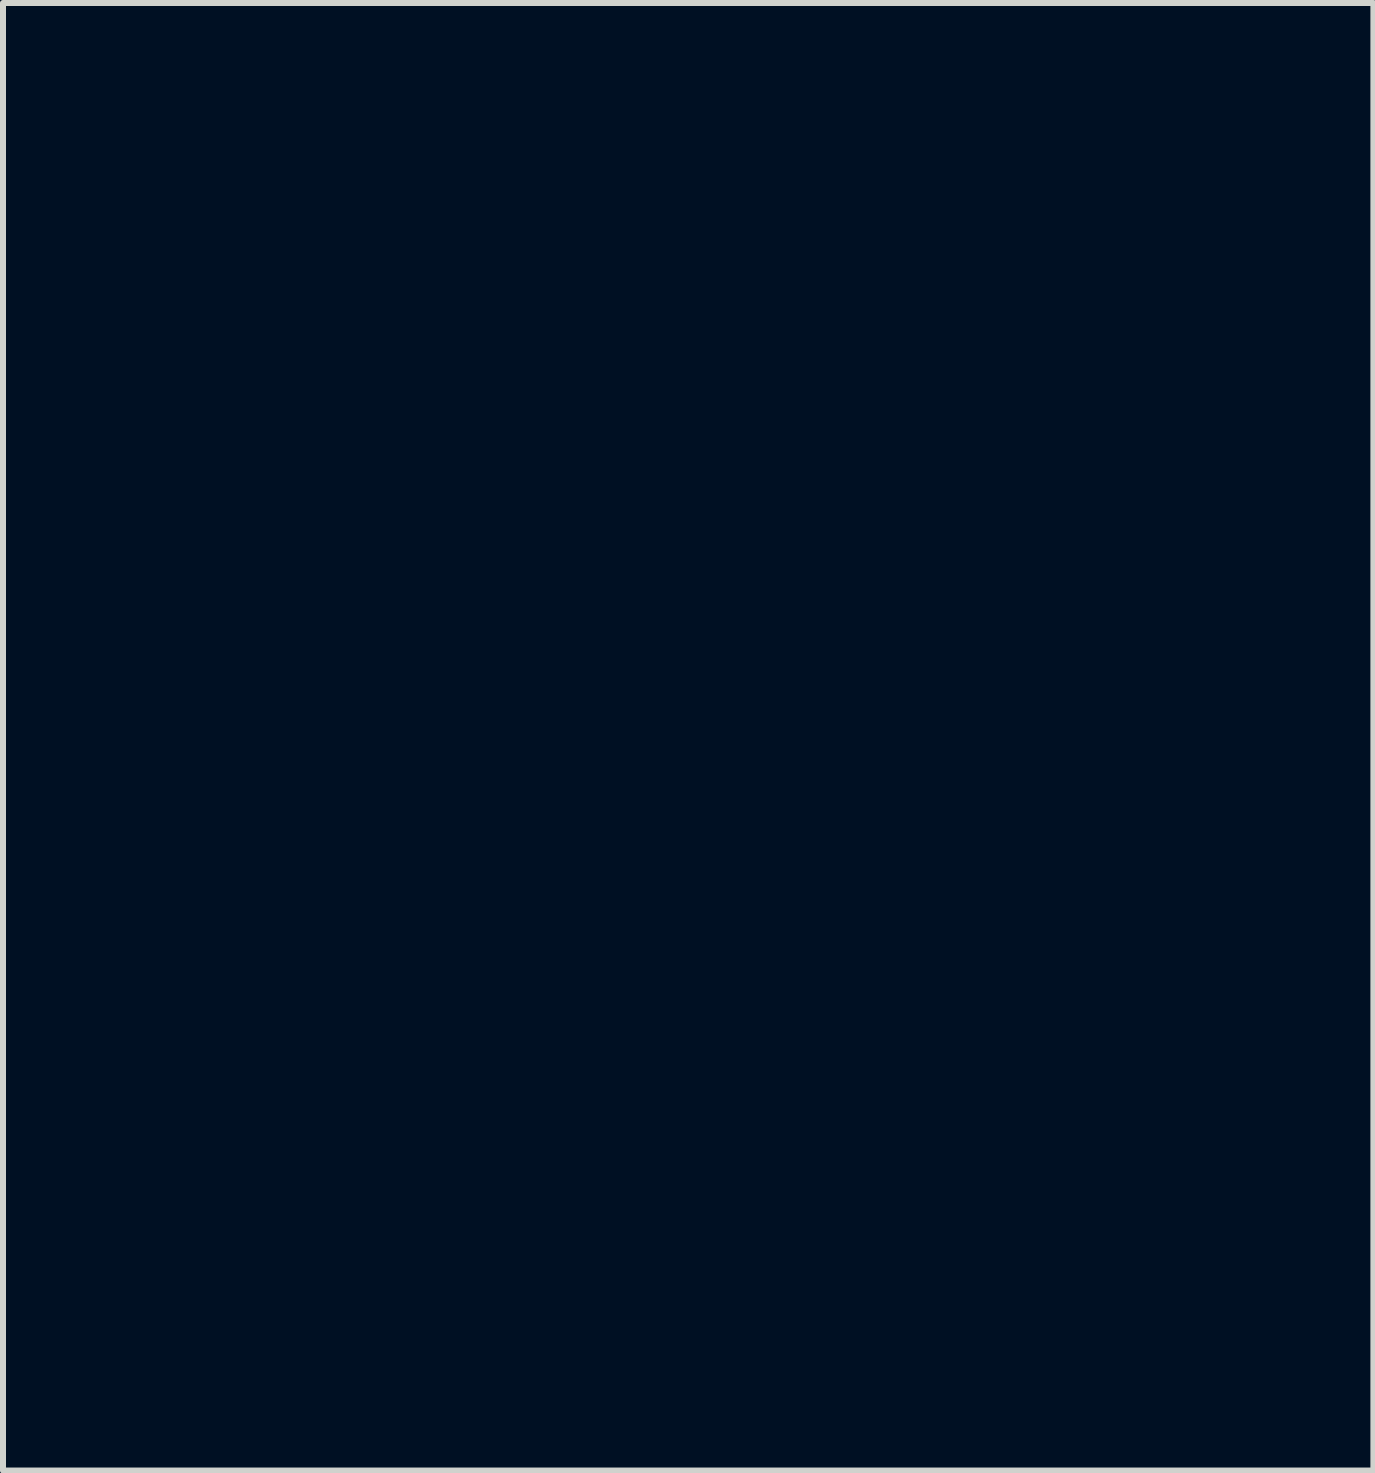
<source format=kicad_pcb>
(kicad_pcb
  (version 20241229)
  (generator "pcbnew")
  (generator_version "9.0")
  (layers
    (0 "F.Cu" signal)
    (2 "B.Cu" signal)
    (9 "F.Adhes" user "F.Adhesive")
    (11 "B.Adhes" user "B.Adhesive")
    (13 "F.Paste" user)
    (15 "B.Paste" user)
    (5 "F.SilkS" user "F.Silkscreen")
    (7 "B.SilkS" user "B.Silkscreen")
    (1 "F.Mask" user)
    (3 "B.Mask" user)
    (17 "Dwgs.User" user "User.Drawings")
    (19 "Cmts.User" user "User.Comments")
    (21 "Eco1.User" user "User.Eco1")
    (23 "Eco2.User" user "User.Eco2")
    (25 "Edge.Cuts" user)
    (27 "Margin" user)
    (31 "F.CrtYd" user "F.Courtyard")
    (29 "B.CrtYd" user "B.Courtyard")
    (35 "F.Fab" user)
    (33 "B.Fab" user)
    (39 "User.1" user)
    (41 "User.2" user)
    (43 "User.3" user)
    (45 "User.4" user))
  (footprint "Annotation"
    (layer "F.Cu")
    (at 1.06 6.436)
    (property "Reference" "Annotation" (at 1.524 -1.016 0) (layer "User.1") (effects (font (size 1 1) (thickness 0.15)) (justify left)))
    (attr board_only exclude_from_pos_files exclude_from_bom)
    (fp_line (start -1 0) (end 1 0) (stroke (width 0.12) (type solid)) (layer "User.1"))
    (fp_line (start 0 -1) (end 0 1) (stroke (width 0.12) (type solid)) (layer "User.1"))
    (fp_circle (center 0 0) (end 0.707 0) (stroke (width 0.12) (type solid)) (fill no) (layer "User.1"))
    (fp_text user "<annotation_text>" (at 1.524 -5.588 0) (unlocked yes) (layer "User.1") (effects (font (size 1 1) (thickness 0.15)) (justify left))))
  (footprint "Origin"
    (layer "F.Cu")
    (at 3.108 15.345)
    (property "Reference" "Origin" (at 3.048 -4 0) (unlocked yes) (layer "User.1") (effects (font (size 1 1) (thickness 0.15)) (justify left)))
    (attr board_only exclude_from_pos_files exclude_from_bom)
    (fp_line (start -3.048 0) (end 3.048 0) (stroke (width 0.12) (type solid)) (layer "User.1"))
    (fp_line (start 0 -3.048) (end 0 3.048) (stroke (width 0.12) (type solid)) (layer "User.1"))
    (fp_circle (center 0 0) (end 2.54 0) (stroke (width 0.12) (type solid)) (fill no) (layer "User.1")))
  (gr_rect
    (start -3 -3)
    (end 19.834 21.453)
    (stroke (width 0.1) (type default))
    (fill no)
    (layer "Edge.Cuts")))
</source>
